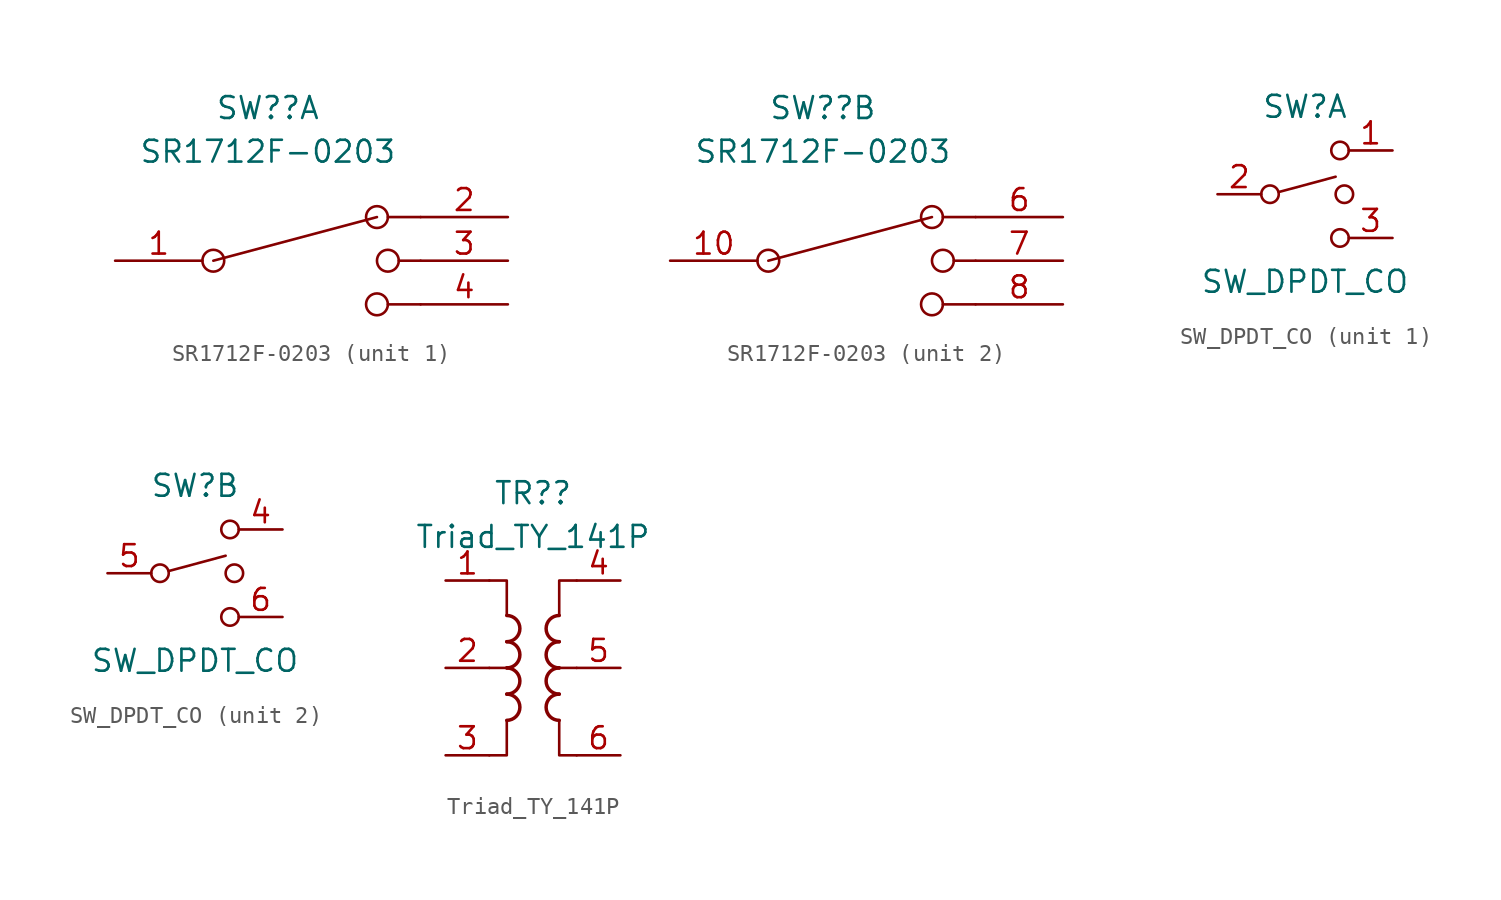
<source format=kicad_sym>
(kicad_symbol_lib
  (version 20211014)
  (generator kicad_symbol_editor)
  (symbol "SR1712F-0203"
    (pin_names
      (offset 1.016) hide)
    (property "Reference" "SW?"
      (at -1.27 8.89 0)
      (effects (font (size 1.27 1.27))))
    (property "Value" "SR1712F-0203"
      (at -1.27 6.35 0)
      (effects (font (size 1.27 1.27))))
    (property "ki_locked" ""
      (at 0 0 0)
      (effects (font (size 1.27 1.27))))
    (symbol "SR1712F-0203_0_0"
      (circle (center -4.445 0) (radius 0.635) (stroke (width 0) (type default) (color 0 0 0 0)) (fill (type none)))
      (polyline (pts (xy -4.445 0) (xy 5.08 2.54)) (stroke (width 0) (type default) (color 0 0 0 0)) (fill (type none)))
      (polyline (pts (xy 5.715 -2.54) (xy 7.62 -2.54)) (stroke (width 0) (type default) (color 0 0 0 0)) (fill (type none)))
      (polyline (pts (xy 5.715 2.54) (xy 7.62 2.54)) (stroke (width 0) (type default) (color 0 0 0 0)) (fill (type none)))
      (polyline (pts (xy 6.35 0) (xy 7.62 0)) (stroke (width 0) (type default) (color 0 0 0 0)) (fill (type none)))
      (circle (center 5.08 -2.54) (radius 0.635) (stroke (width 0) (type default) (color 0 0 0 0)) (fill (type none)))
      (circle (center 5.08 2.54) (radius 0.635) (stroke (width 0) (type default) (color 0 0 0 0)) (fill (type none)))
      (circle (center 5.715 0) (radius 0.635) (stroke (width 0) (type default) (color 0 0 0 0)) (fill (type none))))
    (symbol "SR1712F-0203_1_1"
      (pin passive line (at -10.16 0 0) (length 5.08) (name "1" (effects (font (size 1.27 1.27)))) (number "1" (effects (font (size 1.27 1.27)))))
      (pin passive line (at 12.7 2.54 180) (length 5.08) (name "2" (effects (font (size 1.27 1.27)))) (number "2" (effects (font (size 1.27 1.27)))))
      (pin passive line (at 12.7 0 180) (length 5.08) (name "3" (effects (font (size 1.27 1.27)))) (number "3" (effects (font (size 1.27 1.27)))))
      (pin passive line (at 12.7 -2.54 180) (length 5.08) (name "4" (effects (font (size 1.27 1.27)))) (number "4" (effects (font (size 1.27 1.27))))))
    (symbol "SR1712F-0203_2_1"
      (pin passive line (at -10.16 0 0) (length 5.08) (name "10" (effects (font (size 1.27 1.27)))) (number "10" (effects (font (size 1.27 1.27)))))
      (pin passive line (at 12.7 2.54 180) (length 5.08) (name "6" (effects (font (size 1.27 1.27)))) (number "6" (effects (font (size 1.27 1.27)))))
      (pin passive line (at 12.7 0 180) (length 5.08) (name "7" (effects (font (size 1.27 1.27)))) (number "7" (effects (font (size 1.27 1.27)))))
      (pin passive line (at 12.7 -2.54 180) (length 5.08) (name "8" (effects (font (size 1.27 1.27)))) (number "8" (effects (font (size 1.27 1.27)))))))
  (symbol "SW_DPDT_CO"
    (pin_names
      (offset 0) hide)
    (property "Reference" "SW"
      (at 0 5.08 0)
      (effects (font (size 1.27 1.27))))
    (property "Value" "SW_DPDT_CO"
      (at 0 -5.08 0)
      (effects (font (size 1.27 1.27))))
    (symbol "SW_DPDT_CO_0_0"
      (circle (center -2.032 0) (radius 0.508) (stroke (width 0) (type default) (color 0 0 0 0)) (fill (type none)))
      (polyline (pts (xy -1.524 0.127) (xy 1.778 1.016)) (stroke (width 0) (type default) (color 0 0 0 0)) (fill (type none)))
      (circle (center 2.032 -2.54) (radius 0.508) (stroke (width 0) (type default) (color 0 0 0 0)) (fill (type none))))
    (symbol "SW_DPDT_CO_0_1"
      (circle (center 2.032 2.54) (radius 0.508) (stroke (width 0) (type default) (color 0 0 0 0)) (fill (type none)))
      (circle (center 2.286 0) (radius 0.508) (stroke (width 0) (type default) (color 0 0 0 0)) (fill (type none))))
    (symbol "SW_DPDT_CO_1_1"
      (pin passive line (at 5.08 2.54 180) (length 2.54) (name "1" (effects (font (size 1.27 1.27)))) (number "1" (effects (font (size 1.27 1.27)))))
      (pin passive line (at -5.08 0 0) (length 2.54) (name "2" (effects (font (size 1.27 1.27)))) (number "2" (effects (font (size 1.27 1.27)))))
      (pin passive line (at 5.08 -2.54 180) (length 2.54) (name "3" (effects (font (size 1.27 1.27)))) (number "3" (effects (font (size 1.27 1.27))))))
    (symbol "SW_DPDT_CO_2_1"
      (pin passive line (at 5.08 2.54 180) (length 2.54) (name "4" (effects (font (size 1.27 1.27)))) (number "4" (effects (font (size 1.27 1.27)))))
      (pin passive line (at -5.08 0 0) (length 2.54) (name "5" (effects (font (size 1.27 1.27)))) (number "5" (effects (font (size 1.27 1.27)))))
      (pin passive line (at 5.08 -2.54 180) (length 2.54) (name "6" (effects (font (size 1.27 1.27)))) (number "6" (effects (font (size 1.27 1.27)))))))
  (symbol "Triad_TY_141P"
    (pin_names hide)
    (property "Reference" "TR?"
      (at 0 10.16 0)
      (effects (font (size 1.27 1.27))))
    (property "Value" "Triad_TY_141P"
      (at 0 7.62 0)
      (effects (font (size 1.27 1.27))))
    (symbol "Triad_TY_141P_0_1"
      (arc (start -1.524 -3.048) (mid -0.762 -2.286) (end -1.524 -1.524) (stroke (width 0.2032) (type default) (color 0 0 0 0)) (fill (type none)))
      (arc (start -1.524 -1.524) (mid -0.762 -0.762) (end -1.524 0) (stroke (width 0.2032) (type default) (color 0 0 0 0)) (fill (type none)))
      (arc (start -1.524 0) (mid -0.762 0.762) (end -1.524 1.524) (stroke (width 0.2032) (type default) (color 0 0 0 0)) (fill (type none)))
      (arc (start -1.524 1.524) (mid -0.762 2.286) (end -1.524 3.048) (stroke (width 0.2032) (type default) (color 0 0 0 0)) (fill (type none)))
      (polyline (pts (xy -2.54 0) (xy -1.27 0)) (stroke (width 0) (type default) (color 0 0 0 0)) (fill (type none)))
      (polyline (pts (xy 2.54 0) (xy 1.27 0)) (stroke (width 0.152) (type default) (color 0 0 0 0)) (fill (type none)))
      (polyline (pts (xy -2.54 5.08) (xy -1.524 5.08) (xy -1.524 3.048)) (stroke (width 0.152) (type default) (color 0 0 0 0)) (fill (type none)))
      (polyline (pts (xy -1.524 -3.048) (xy -1.524 -5.08) (xy -2.54 -5.08)) (stroke (width 0.152) (type default) (color 0 0 0 0)) (fill (type none)))
      (polyline (pts (xy 1.524 3.048) (xy 1.524 5.08) (xy 2.54 5.08)) (stroke (width 0.152) (type default) (color 0 0 0 0)) (fill (type none)))
      (polyline (pts (xy 2.54 -5.08) (xy 1.524 -5.08) (xy 1.524 -3.048)) (stroke (width 0.152) (type default) (color 0 0 0 0)) (fill (type none)))
      (arc (start 1.524 -1.524) (mid 0.762 -2.286) (end 1.524 -3.048) (stroke (width 0.2032) (type default) (color 0 0 0 0)) (fill (type none)))
      (arc (start 1.524 0) (mid 0.762 -0.762) (end 1.524 -1.524) (stroke (width 0.2032) (type default) (color 0 0 0 0)) (fill (type none)))
      (arc (start 1.524 1.524) (mid 0.762 0.762) (end 1.524 0) (stroke (width 0.2032) (type default) (color 0 0 0 0)) (fill (type none)))
      (arc (start 1.524 3.048) (mid 0.762 2.286) (end 1.524 1.524) (stroke (width 0.2032) (type default) (color 0 0 0 0)) (fill (type none))))
    (symbol "Triad_TY_141P_1_1"
      (pin passive line (at -5.08 5.08 0) (length 2.54) (name "~" (effects (font (size 1.27 1.27)))) (number "1" (effects (font (size 1.27 1.27)))))
      (pin passive line (at -5.08 0 0) (length 2.54) (name "~" (effects (font (size 1.27 1.27)))) (number "2" (effects (font (size 1.27 1.27)))))
      (pin passive line (at -5.08 -5.08 0) (length 2.54) (name "~" (effects (font (size 1.27 1.27)))) (number "3" (effects (font (size 1.27 1.27)))))
      (pin passive line (at 5.08 5.08 180) (length 2.54) (name "~" (effects (font (size 1.27 1.27)))) (number "4" (effects (font (size 1.27 1.27)))))
      (pin passive line (at 5.08 0 180) (length 2.54) (name "~" (effects (font (size 1.27 1.27)))) (number "5" (effects (font (size 1.27 1.27)))))
      (pin passive line (at 5.08 -5.08 180) (length 2.54) (name "~" (effects (font (size 1.27 1.27)))) (number "6" (effects (font (size 1.27 1.27))))))))
</source>
